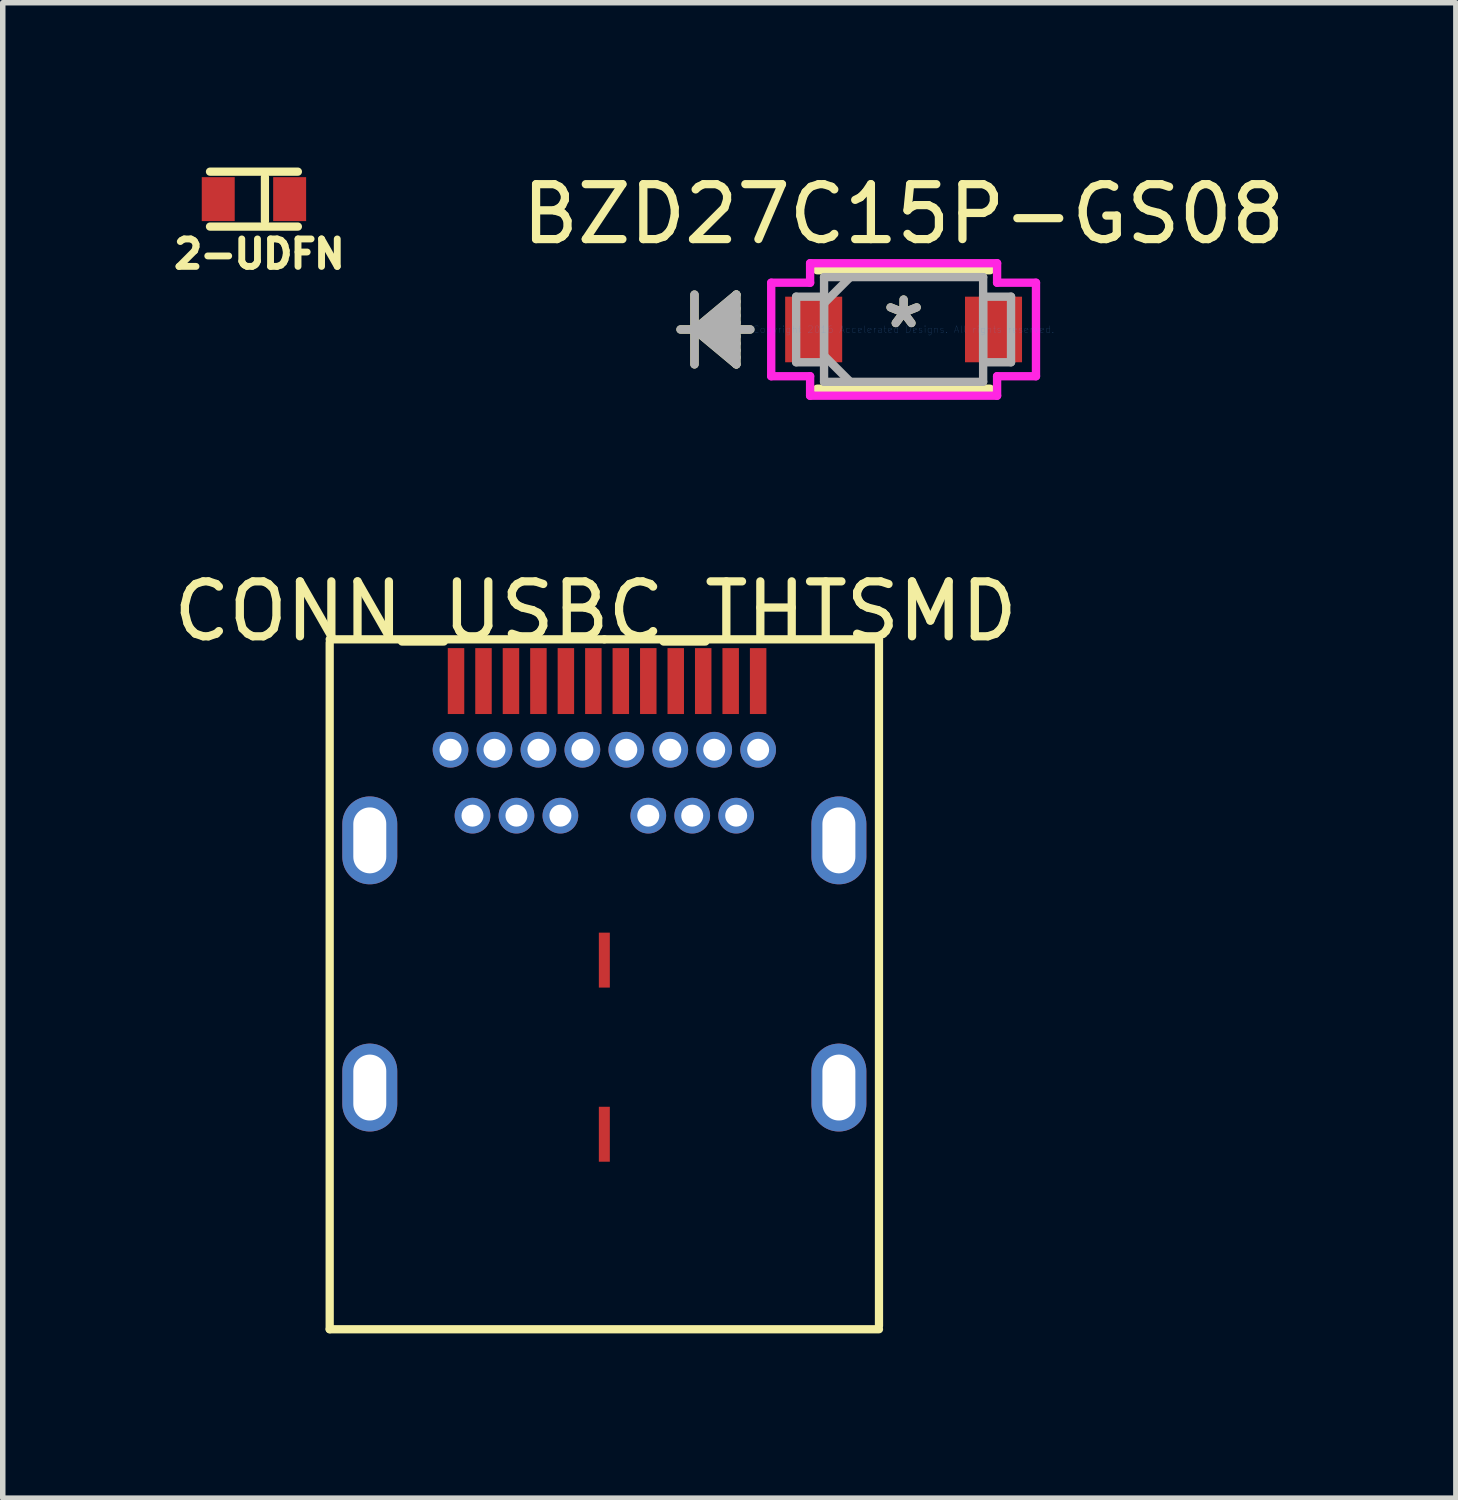
<source format=kicad_pcb>
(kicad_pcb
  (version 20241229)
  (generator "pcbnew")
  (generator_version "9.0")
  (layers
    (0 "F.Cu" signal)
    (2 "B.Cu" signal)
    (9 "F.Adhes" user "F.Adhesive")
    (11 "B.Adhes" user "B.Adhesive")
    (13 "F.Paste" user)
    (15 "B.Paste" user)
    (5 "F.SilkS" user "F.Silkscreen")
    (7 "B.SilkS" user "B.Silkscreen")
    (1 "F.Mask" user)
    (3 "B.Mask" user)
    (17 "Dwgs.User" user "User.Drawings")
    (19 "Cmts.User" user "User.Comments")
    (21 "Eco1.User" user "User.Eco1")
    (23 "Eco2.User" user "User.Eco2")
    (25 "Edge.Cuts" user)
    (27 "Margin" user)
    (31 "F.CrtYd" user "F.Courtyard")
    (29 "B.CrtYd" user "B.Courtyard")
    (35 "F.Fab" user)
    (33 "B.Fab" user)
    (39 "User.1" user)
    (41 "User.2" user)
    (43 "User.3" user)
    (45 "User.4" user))
  (footprint "CONN_USBC_THTSMD"
    (layer "F.Cu")
    (at 5.252 9.349)
    (property "Reference" "CONN_USBC_THTSMD" (at 2.54 -1.27 0) (layer "F.SilkS") (effects (font (size 1 1) (thickness 0.15))))
    (attr through_hole)
    (fp_line (start -2.3 -0.7) (end -2.3 11.8) (stroke (width 0.15) (type solid)) (layer "F.SilkS"))
    (fp_line (start 2.7 -0.76) (end -2.3 -0.76) (stroke (width 0.15) (type solid)) (layer "F.SilkS"))
    (fp_line (start 2.7 -0.76) (end 7.7 -0.76) (stroke (width 0.15) (type solid)) (layer "F.SilkS"))
    (fp_line (start 7.7 -0.76) (end 7.7 11.74) (stroke (width 0.15) (type solid)) (layer "F.SilkS"))
    (fp_line (start 7.7 11.8) (end -2.3 11.8) (stroke (width 0.15) (type solid)) (layer "F.SilkS"))
    (pad "0" thru_hole oval (at -1.57 2.9) (size 1 1.6) (drill oval 0.6 1.2) (layers "*.Cu" "*.Mask"))
    (pad "0" thru_hole oval (at -1.57 7.4) (size 1 1.6) (drill oval 0.6 1.2) (layers "*.Cu" "*.Mask"))
    (pad "0" thru_hole circle (at 0.7 1.25) (size 0.65 0.65) (drill 0.4) (layers "*.Cu" "*.Mask"))
    (pad "0" smd rect (at 2.7 5.08) (size 0.2 1) (layers "F.Cu" "F.Mask" "F.Paste"))
    (pad "0" smd rect (at 2.7 8.25) (size 0.2 1) (layers "F.Cu" "F.Mask" "F.Paste"))
    (pad "0" thru_hole circle (at 4.7 1.25) (size 0.65 0.65) (drill 0.4) (layers "*.Cu" "*.Mask"))
    (pad "0" thru_hole oval (at 6.97 2.9) (size 1 1.6) (drill oval 0.6 1.2) (layers "*.Cu" "*.Mask"))
    (pad "0" thru_hole oval (at 6.97 7.4) (size 1 1.6) (drill oval 0.6 1.2) (layers "*.Cu" "*.Mask"))
    (pad "A1" smd rect (at 0 0) (size 0.3 1.2) (layers "F.Cu" "F.Mask" "F.Paste"))
    (pad "A2" smd rect (at 0.5 0) (size 0.3 1.2) (layers "F.Cu" "F.Mask" "F.Paste"))
    (pad "A3" smd rect (at 1 0) (size 0.3 1.2) (layers "F.Cu" "F.Mask" "F.Paste"))
    (pad "A4" smd rect (at 1.5 0) (size 0.3 1.2) (layers "F.Cu" "F.Mask" "F.Paste"))
    (pad "A5" smd rect (at 2 0) (size 0.3 1.2) (layers "F.Cu" "F.Mask" "F.Paste"))
    (pad "A6" smd rect (at 2.5 0) (size 0.3 1.2) (layers "F.Cu" "F.Mask" "F.Paste"))
    (pad "A7" smd rect (at 3 0) (size 0.3 1.2) (layers "F.Cu" "F.Mask" "F.Paste"))
    (pad "A8" smd rect (at 3.5 0) (size 0.3 1.2) (layers "F.Cu" "F.Mask" "F.Paste"))
    (pad "A9" smd rect (at 4 0) (size 0.3 1.2) (layers "F.Cu" "F.Mask" "F.Paste"))
    (pad "A10" smd rect (at 4.5 0) (size 0.3 1.2) (layers "F.Cu" "F.Mask" "F.Paste"))
    (pad "A11" smd rect (at 5 0) (size 0.3 1.2) (layers "F.Cu" "F.Mask" "F.Paste"))
    (pad "A12" smd rect (at 5.5 0) (size 0.3 1.2) (layers "F.Cu" "F.Mask" "F.Paste"))
    (pad "B1" thru_hole circle (at 5.5 1.25) (size 0.65 0.65) (drill 0.4) (layers "*.Cu" "*.Mask"))
    (pad "B2" thru_hole circle (at 5.1 2.45) (size 0.65 0.65) (drill 0.4) (layers "*.Cu" "*.Mask"))
    (pad "B3" thru_hole circle (at 4.3 2.45) (size 0.65 0.65) (drill 0.4) (layers "*.Cu" "*.Mask"))
    (pad "B4" thru_hole circle (at 3.9 1.25) (size 0.65 0.65) (drill 0.4) (layers "*.Cu" "*.Mask"))
    (pad "B5" thru_hole circle (at 3.5 2.45) (size 0.65 0.65) (drill 0.4) (layers "*.Cu" "*.Mask"))
    (pad "B6" thru_hole circle (at 3.1 1.25) (size 0.65 0.65) (drill 0.4) (layers "*.Cu" "*.Mask"))
    (pad "B7" thru_hole circle (at 2.3 1.25) (size 0.65 0.65) (drill 0.4) (layers "*.Cu" "*.Mask"))
    (pad "B8" thru_hole circle (at 1.9 2.45) (size 0.65 0.65) (drill 0.4) (layers "*.Cu" "*.Mask"))
    (pad "B9" thru_hole circle (at 1.5 1.25) (size 0.65 0.65) (drill 0.4) (layers "*.Cu" "*.Mask"))
    (pad "B10" thru_hole circle (at 1.1 2.45) (size 0.65 0.65) (drill 0.4) (layers "*.Cu" "*.Mask"))
    (pad "B11" thru_hole circle (at 0.3 2.45) (size 0.65 0.65) (drill 0.4) (layers "*.Cu" "*.Mask"))
    (pad "B12" thru_hole circle (at -0.1 1.25) (size 0.65 0.65) (drill 0.4) (layers "*.Cu" "*.Mask")))
  (footprint "2-UDFN"
    (layer "F.Cu")
    (at 1.573 0.575)
    (property "Reference" "2-UDFN" (at 0.1 1 0) (layer "F.SilkS") (effects (font (size 0.5 0.5) (thickness 0.125))))
    (attr through_hole)
    (fp_line (start -0.8 -0.5) (end 0.8 -0.5) (stroke (width 0.15) (type solid)) (layer "F.SilkS"))
    (fp_line (start -0.8 0.5) (end 0.8 0.5) (stroke (width 0.15) (type solid)) (layer "F.SilkS"))
    (fp_line (start 0.2 -0.4) (end 0.2 0.4) (stroke (width 0.15) (type solid)) (layer "F.SilkS"))
    (pad "A" smd rect (at -0.65 0) (size 0.6 0.8) (layers "F.Cu" "F.Mask" "F.Paste"))
    (pad "K" smd rect (at 0.65 0) (size 0.6 0.8) (layers "F.Cu" "F.Mask" "F.Paste")))
  (footprint "BZD27C15P-GS08"
    (layer "F.Cu")
    (at 13.4 2.948)
    (property "Reference" "BZD27C15P-GS08" (at 0 -2.1 0) (layer "F.SilkS") (effects (font (size 1 1) (thickness 0.15))))
    (attr through_hole)
    (fp_line (start -3.807 -0.635) (end -3.807 0.635) (stroke (width 0.152) (type solid)) (layer "F.SilkS"))
    (fp_line (start -3.807 0) (end -3.045 -0.635) (stroke (width 0.152) (type solid)) (layer "F.SilkS"))
    (fp_line (start -3.807 0) (end -3.045 -0.508) (stroke (width 0.152) (type solid)) (layer "F.SilkS"))
    (fp_line (start -3.807 0) (end -3.045 -0.381) (stroke (width 0.152) (type solid)) (layer "F.SilkS"))
    (fp_line (start -3.807 0) (end -3.045 -0.254) (stroke (width 0.152) (type solid)) (layer "F.SilkS"))
    (fp_line (start -3.807 0) (end -3.045 -0.127) (stroke (width 0.152) (type solid)) (layer "F.SilkS"))
    (fp_line (start -3.807 0) (end -3.045 0.127) (stroke (width 0.152) (type solid)) (layer "F.SilkS"))
    (fp_line (start -3.807 0) (end -3.045 0.254) (stroke (width 0.152) (type solid)) (layer "F.SilkS"))
    (fp_line (start -3.807 0) (end -3.045 0.381) (stroke (width 0.152) (type solid)) (layer "F.SilkS"))
    (fp_line (start -3.807 0) (end -3.045 0.508) (stroke (width 0.152) (type solid)) (layer "F.SilkS"))
    (fp_line (start -3.807 0) (end -3.045 0.635) (stroke (width 0.152) (type solid)) (layer "F.SilkS"))
    (fp_line (start -3.045 -0.635) (end -3.045 0.635) (stroke (width 0.152) (type solid)) (layer "F.SilkS"))
    (fp_line (start -2.791 0) (end -4.061 0) (stroke (width 0.152) (type solid)) (layer "F.SilkS"))
    (fp_line (start -1.575 1.079) (end 1.575 1.079) (stroke (width 0.152) (type solid)) (layer "F.SilkS"))
    (fp_line (start 1.575 -1.079) (end -1.575 -1.079) (stroke (width 0.152) (type solid)) (layer "F.SilkS"))
    (fp_line (start -2.41 -0.851) (end -1.702 -0.851) (stroke (width 0.152) (type solid)) (layer "F.CrtYd"))
    (fp_line (start -2.41 0.851) (end -2.41 -0.851) (stroke (width 0.152) (type solid)) (layer "F.CrtYd"))
    (fp_line (start -1.702 -1.206) (end 1.702 -1.206) (stroke (width 0.152) (type solid)) (layer "F.CrtYd"))
    (fp_line (start -1.702 -0.851) (end -1.702 -1.206) (stroke (width 0.152) (type solid)) (layer "F.CrtYd"))
    (fp_line (start -1.702 0.851) (end -2.41 0.851) (stroke (width 0.152) (type solid)) (layer "F.CrtYd"))
    (fp_line (start -1.702 1.206) (end -1.702 0.851) (stroke (width 0.152) (type solid)) (layer "F.CrtYd"))
    (fp_line (start 1.702 -1.206) (end 1.702 -0.851) (stroke (width 0.152) (type solid)) (layer "F.CrtYd"))
    (fp_line (start 1.702 -0.851) (end 2.41 -0.851) (stroke (width 0.152) (type solid)) (layer "F.CrtYd"))
    (fp_line (start 1.702 0.851) (end 1.702 1.206) (stroke (width 0.152) (type solid)) (layer "F.CrtYd"))
    (fp_line (start 1.702 1.206) (end -1.702 1.206) (stroke (width 0.152) (type solid)) (layer "F.CrtYd"))
    (fp_line (start 2.41 -0.851) (end 2.41 0.851) (stroke (width 0.152) (type solid)) (layer "F.CrtYd"))
    (fp_line (start 2.41 0.851) (end 1.702 0.851) (stroke (width 0.152) (type solid)) (layer "F.CrtYd"))
    (fp_line (start -3.807 -0.635) (end -3.807 0.635) (stroke (width 0.152) (type solid)) (layer "F.Fab"))
    (fp_line (start -3.807 0) (end -3.045 -0.635) (stroke (width 0.152) (type solid)) (layer "F.Fab"))
    (fp_line (start -3.807 0) (end -3.045 -0.508) (stroke (width 0.152) (type solid)) (layer "F.Fab"))
    (fp_line (start -3.807 0) (end -3.045 -0.381) (stroke (width 0.152) (type solid)) (layer "F.Fab"))
    (fp_line (start -3.807 0) (end -3.045 -0.254) (stroke (width 0.152) (type solid)) (layer "F.Fab"))
    (fp_line (start -3.807 0) (end -3.045 -0.127) (stroke (width 0.152) (type solid)) (layer "F.Fab"))
    (fp_line (start -3.807 0) (end -3.045 0.127) (stroke (width 0.152) (type solid)) (layer "F.Fab"))
    (fp_line (start -3.807 0) (end -3.045 0.254) (stroke (width 0.152) (type solid)) (layer "F.Fab"))
    (fp_line (start -3.807 0) (end -3.045 0.381) (stroke (width 0.152) (type solid)) (layer "F.Fab"))
    (fp_line (start -3.807 0) (end -3.045 0.508) (stroke (width 0.152) (type solid)) (layer "F.Fab"))
    (fp_line (start -3.807 0) (end -3.045 0.635) (stroke (width 0.152) (type solid)) (layer "F.Fab"))
    (fp_line (start -3.045 -0.635) (end -3.045 0.635) (stroke (width 0.152) (type solid)) (layer "F.Fab"))
    (fp_line (start -2.791 0) (end -4.061 0) (stroke (width 0.152) (type solid)) (layer "F.Fab"))
    (fp_line (start -1.956 -0.597) (end -1.956 0.597) (stroke (width 0.152) (type solid)) (layer "F.Fab"))
    (fp_line (start -1.956 0.597) (end -1.448 0.597) (stroke (width 0.152) (type solid)) (layer "F.Fab"))
    (fp_line (start -1.448 -0.953) (end -1.448 0.953) (stroke (width 0.152) (type solid)) (layer "F.Fab"))
    (fp_line (start -1.448 -0.597) (end -1.956 -0.597) (stroke (width 0.152) (type solid)) (layer "F.Fab"))
    (fp_line (start -1.448 -0.476) (end -0.972 -0.953) (stroke (width 0.152) (type solid)) (layer "F.Fab"))
    (fp_line (start -1.448 0.476) (end -0.972 0.953) (stroke (width 0.152) (type solid)) (layer "F.Fab"))
    (fp_line (start -1.448 0.597) (end -1.448 -0.597) (stroke (width 0.152) (type solid)) (layer "F.Fab"))
    (fp_line (start -1.448 0.953) (end 1.448 0.953) (stroke (width 0.152) (type solid)) (layer "F.Fab"))
    (fp_line (start 1.448 -0.953) (end -1.448 -0.953) (stroke (width 0.152) (type solid)) (layer "F.Fab"))
    (fp_line (start 1.448 -0.597) (end 1.448 0.597) (stroke (width 0.152) (type solid)) (layer "F.Fab"))
    (fp_line (start 1.448 0.597) (end 1.956 0.597) (stroke (width 0.152) (type solid)) (layer "F.Fab"))
    (fp_line (start 1.448 0.953) (end 1.448 -0.953) (stroke (width 0.152) (type solid)) (layer "F.Fab"))
    (fp_line (start 1.956 -0.597) (end 1.448 -0.597) (stroke (width 0.152) (type solid)) (layer "F.Fab"))
    (fp_line (start 1.956 0.597) (end 1.956 -0.597) (stroke (width 0.152) (type solid)) (layer "F.Fab"))
    (fp_text user "*" (at 0 0 0) (layer "F.SilkS") (effects (font (size 1 1) (thickness 0.15))))
    (fp_text user "Copyright 2016 Accelerated Designs. All rights reserved." (at 0 0 0) (layer "Cmts.User") (effects (font (size 0.127 0.127) (thickness 0.002))))
    (fp_text user "*" (at 0 0 0) (layer "F.Fab") (effects (font (size 1 1) (thickness 0.15))))
    (pad "1" smd rect (at -1.637 0) (size 1.038 1.194) (layers "F.Cu" "F.Mask" "F.Paste"))
    (pad "2" smd rect (at 1.637 0) (size 1.038 1.194) (layers "F.Cu" "F.Mask" "F.Paste")))
  (gr_rect
    (start -3 -3)
    (end 23.454 24.224)
    (stroke (width 0.1) (type default))
    (fill no)
    (layer "Edge.Cuts")))
</source>
